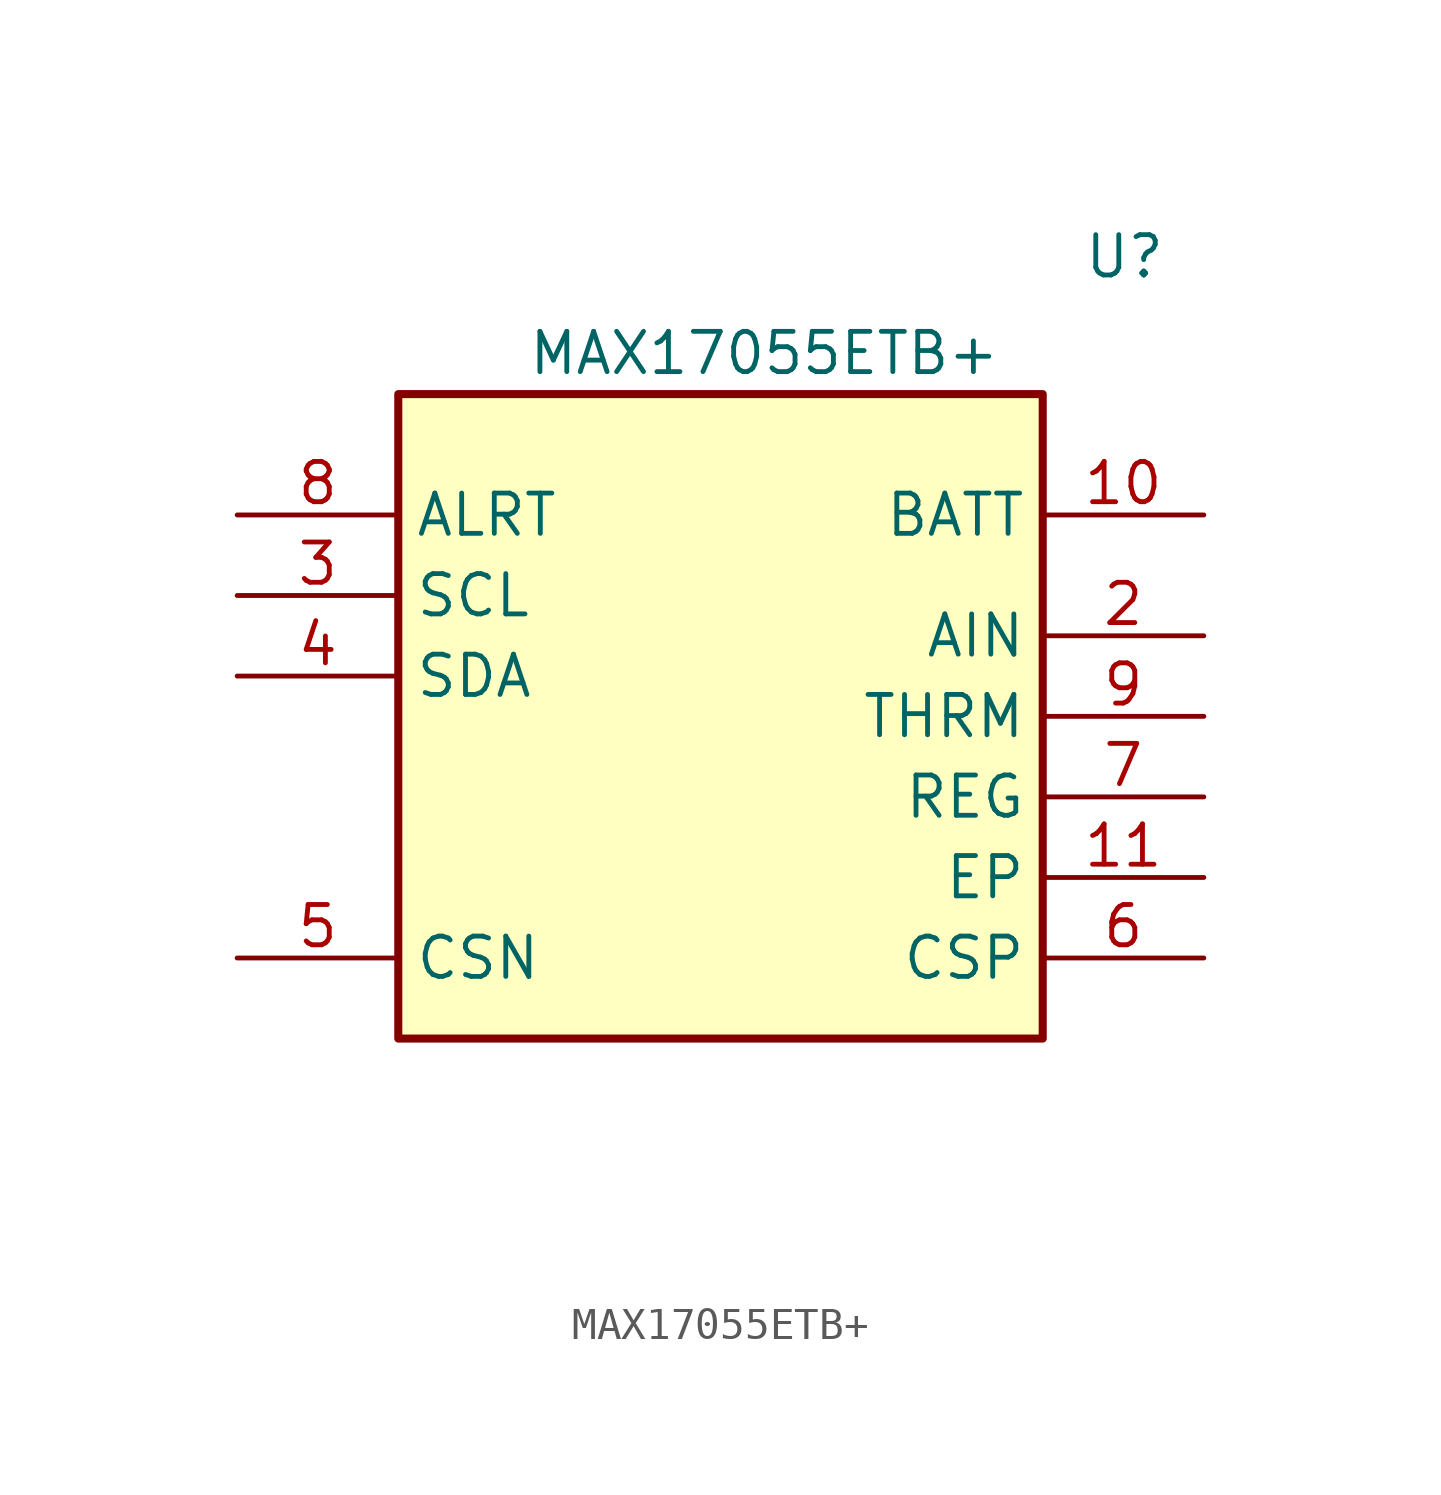
<source format=kicad_sym>
(kicad_symbol_lib
  (version 20231120)
  (generator "kicad_symbol_editor")
  (generator_version "8.0")
  (symbol "MAX17055ETB+"
    (property "Reference" "U"
      (at 26.67 7.62 0)
      (effects (font (size 1.27 1.27)) (justify left top)))
    (property "Value" "MAX17055ETB+"
      (at 9.144 4.572 0)
      (effects (font (size 1.27 1.27)) (justify left top)))
    (symbol "MAX17055ETB+_1_1"
      (rectangle (start 5.08 2.54) (end 25.4 -17.78) (stroke (width 0.254) (type default)) (fill (type background)))
      (pin no_connect line (at 15.24 -22.86 90) (length 5.08) hide (name "N.C." (effects (font (size 1.27 1.27)))) (number "1" (effects (font (size 1.27 1.27)))))
      (pin passive line (at 30.48 -1.27 180) (length 5.08) (name "BATT" (effects (font (size 1.27 1.27)))) (number "10" (effects (font (size 1.27 1.27)))))
      (pin passive line (at 30.48 -12.7 180) (length 5.08) (name "EP" (effects (font (size 1.27 1.27)))) (number "11" (effects (font (size 1.27 1.27)))))
      (pin passive line (at 30.48 -5.08 180) (length 5.08) (name "AIN" (effects (font (size 1.27 1.27)))) (number "2" (effects (font (size 1.27 1.27)))))
      (pin passive line (at 0 -3.81 0) (length 5.08) (name "SCL" (effects (font (size 1.27 1.27)))) (number "3" (effects (font (size 1.27 1.27)))))
      (pin passive line (at 0 -6.35 0) (length 5.08) (name "SDA" (effects (font (size 1.27 1.27)))) (number "4" (effects (font (size 1.27 1.27)))))
      (pin passive line (at 0 -15.24 0) (length 5.08) (name "CSN" (effects (font (size 1.27 1.27)))) (number "5" (effects (font (size 1.27 1.27)))))
      (pin passive line (at 30.48 -15.24 180) (length 5.08) (name "CSP" (effects (font (size 1.27 1.27)))) (number "6" (effects (font (size 1.27 1.27)))))
      (pin passive line (at 30.48 -10.16 180) (length 5.08) (name "REG" (effects (font (size 1.27 1.27)))) (number "7" (effects (font (size 1.27 1.27)))))
      (pin passive line (at 0 -1.27 0) (length 5.08) (name "ALRT" (effects (font (size 1.27 1.27)))) (number "8" (effects (font (size 1.27 1.27)))))
      (pin passive line (at 30.48 -7.62 180) (length 5.08) (name "THRM" (effects (font (size 1.27 1.27)))) (number "9" (effects (font (size 1.27 1.27))))))))
</source>
